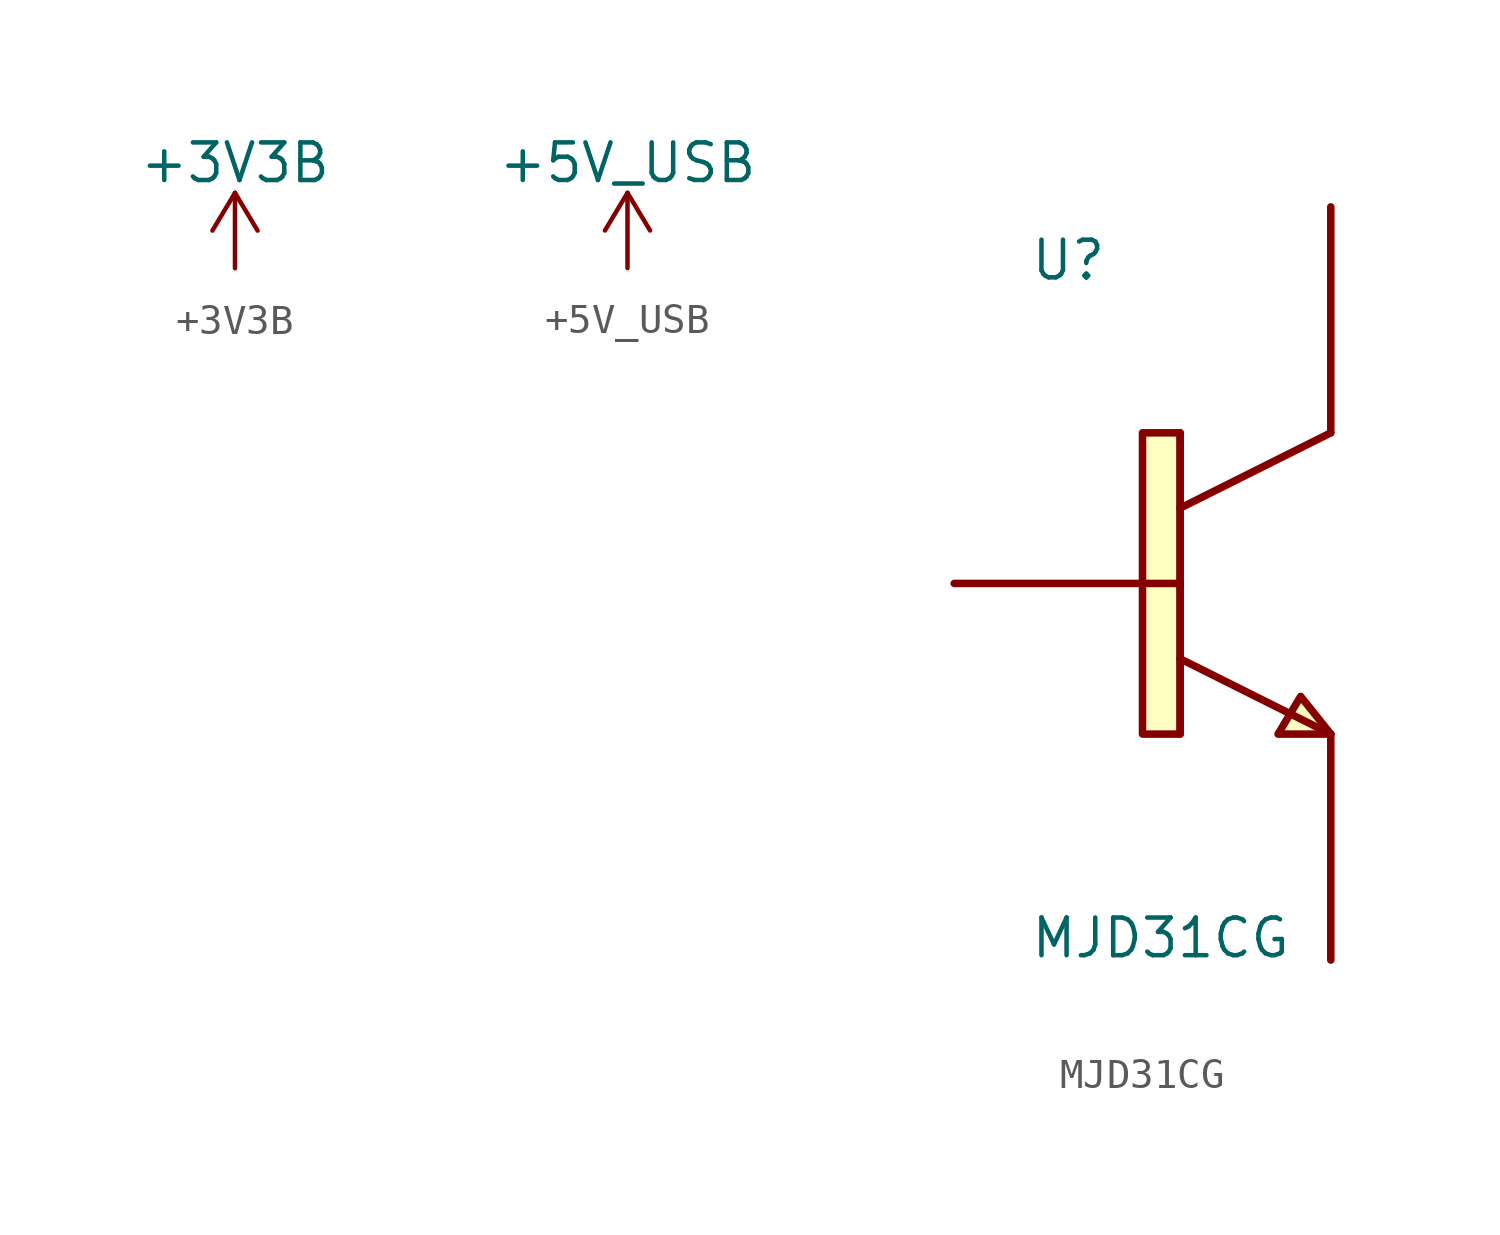
<source format=kicad_sym>
(kicad_symbol_lib
  (version 20211014)
  (generator kicad_symbol_editor)
  (symbol "+3V3B"
    (power)
    (pin_names
      (offset 0))
    (property "Reference" "#PWR"
      (at 6.35 -3.81 0)
      (effects (font (size 1.27 1.27)) hide))
    (property "Value" "+3V3B"
      (at 0 3.556 0)
      (effects (font (size 1.27 1.27))))
    (symbol "+3V3B_0_1"
      (polyline (pts (xy -0.762 1.27) (xy 0 2.54)) (stroke (width 0) (type default) (color 0 0 0 0)) (fill (type none)))
      (polyline (pts (xy 0 0) (xy 0 2.54)) (stroke (width 0) (type default) (color 0 0 0 0)) (fill (type none)))
      (polyline (pts (xy 0 2.54) (xy 0.762 1.27)) (stroke (width 0) (type default) (color 0 0 0 0)) (fill (type none))))
    (symbol "+3V3B_1_1"
      (pin power_in line (at 0 0 90) (length 0) hide (name "+3V3B" (effects (font (size 1.27 1.27)))) (number "1" (effects (font (size 1.27 1.27)))))))
  (symbol "+5V_USB"
    (power)
    (pin_names
      (offset 0))
    (property "Reference" "#PWR"
      (at -7.62 -3.81 0)
      (effects (font (size 1.27 1.27)) hide))
    (property "Value" "+5V_USB"
      (at 0 3.556 0)
      (effects (font (size 1.27 1.27))))
    (symbol "+5V_USB_0_1"
      (polyline (pts (xy -0.762 1.27) (xy 0 2.54)) (stroke (width 0) (type default) (color 0 0 0 0)) (fill (type none)))
      (polyline (pts (xy 0 0) (xy 0 2.54)) (stroke (width 0) (type default) (color 0 0 0 0)) (fill (type none)))
      (polyline (pts (xy 0 2.54) (xy 0.762 1.27)) (stroke (width 0) (type default) (color 0 0 0 0)) (fill (type none))))
    (symbol "+5V_USB_1_1"
      (pin power_in line (at 0 0 90) (length 0) hide (name "+5V_USB" (effects (font (size 1.27 1.27)))) (number "1" (effects (font (size 1.27 1.27)))))))
  (symbol "MJD31CG"
    (pin_numbers hide)
    (pin_names
      (offset 1.016) hide)
    (property "Reference" "U"
      (at -5.08 10.16 0)
      (effects (font (size 1.27 1.27)) (justify left bottom)))
    (property "Value" "MJD31CG"
      (at -5.08 -12.7 0)
      (effects (font (size 1.27 1.27)) (justify left bottom)))
    (property "ki_locked" ""
      (at 0 0 0)
      (effects (font (size 1.27 1.27))))
    (symbol "MJD31CG_0_0"
      (polyline (pts (xy 0 -2.54) (xy 0 -5.08)) (stroke (width 0.254) (type default) (color 0 0 0 0)) (fill (type none)))
      (polyline (pts (xy 0 -2.54) (xy 5.08 -5.08)) (stroke (width 0.254) (type default) (color 0 0 0 0)) (fill (type none)))
      (polyline (pts (xy 0 0) (xy -7.62 0)) (stroke (width 0.254) (type default) (color 0 0 0 0)) (fill (type none)))
      (polyline (pts (xy 0 0) (xy 0 -2.54)) (stroke (width 0.254) (type default) (color 0 0 0 0)) (fill (type none)))
      (polyline (pts (xy 0 2.54) (xy 0 0)) (stroke (width 0.254) (type default) (color 0 0 0 0)) (fill (type none)))
      (polyline (pts (xy 0 2.54) (xy 5.08 5.08)) (stroke (width 0.254) (type default) (color 0 0 0 0)) (fill (type none)))
      (polyline (pts (xy 0 5.08) (xy 0 2.54)) (stroke (width 0.254) (type default) (color 0 0 0 0)) (fill (type none)))
      (polyline (pts (xy 5.08 -5.08) (xy 5.08 -12.7)) (stroke (width 0.254) (type default) (color 0 0 0 0)) (fill (type none)))
      (polyline (pts (xy 5.08 5.08) (xy 5.08 12.7)) (stroke (width 0.254) (type default) (color 0 0 0 0)) (fill (type none)))
      (polyline (pts (xy 3.302 -5.08) (xy 4.064 -3.81) (xy 5.08 -5.08) (xy 3.302 -5.08)) (stroke (width 0.254) (type default) (color 0 0 0 0)) (fill (type background)))
      (polyline (pts (xy 0 -5.08) (xy 0 5.08) (xy -1.27 5.08) (xy -1.27 -5.08) (xy 0 -5.08)) (stroke (width 0.254) (type default) (color 0 0 0 0)) (fill (type background)))
      (pin bidirectional line (at -7.62 0 0) (length 0) (name "~" (effects (font (size 1.016 1.016)))) (number "1" (effects (font (size 1.016 1.016)))))
      (pin bidirectional line (at 5.08 12.7 0) (length 0) (name "~" (effects (font (size 1.016 1.016)))) (number "2" (effects (font (size 1.016 1.016)))))
      (pin bidirectional line (at 5.08 -12.7 0) (length 0) (name "~" (effects (font (size 1.016 1.016)))) (number "3" (effects (font (size 1.016 1.016))))))))
</source>
